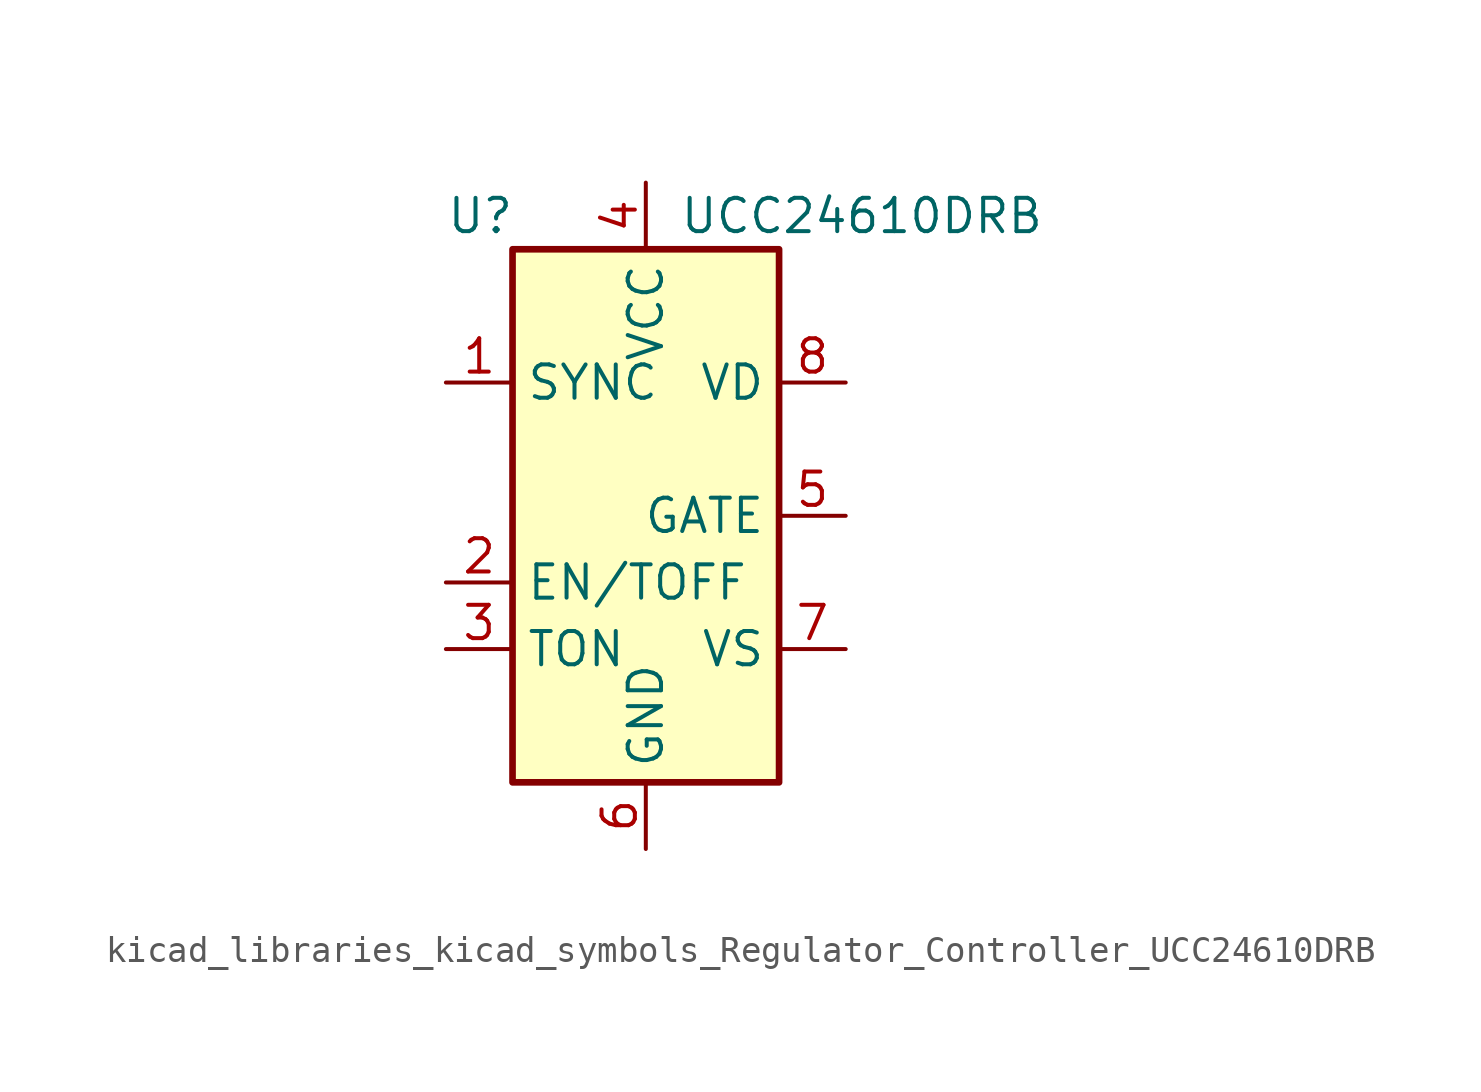
<source format=kicad_sym>
(kicad_symbol_lib
  (version 20220914)
  (generator kicad_symbol_editor)
  (symbol "kicad_libraries_kicad_symbols_Regulator_Controller_UCC24610DRB"
    (property "Reference" "U"
      (at -7.62 11.43 0)
      (effects (font (size 1.27 1.27)) (justify left)))
    (property "Value" "UCC24610DRB"
      (at 1.27 11.43 0)
      (effects (font (size 1.27 1.27)) (justify left)))
    (symbol "kicad_libraries_kicad_symbols_Regulator_Controller_UCC24610DRB_0_1"
      (rectangle (start -5.08 -10.16) (end 5.08 10.16) (stroke (width 0.254) (type default)) (fill (type background))))
    (symbol "kicad_libraries_kicad_symbols_Regulator_Controller_UCC24610DRB_1_1"
      (pin input line (at -7.62 5.08 0) (length 2.54) (name "SYNC" (effects (font (size 1.27 1.27)))) (number "1" (effects (font (size 1.27 1.27)))))
      (pin input line (at -7.62 -2.54 0) (length 2.54) (name "EN/TOFF" (effects (font (size 1.27 1.27)))) (number "2" (effects (font (size 1.27 1.27)))))
      (pin input line (at -7.62 -5.08 0) (length 2.54) (name "TON" (effects (font (size 1.27 1.27)))) (number "3" (effects (font (size 1.27 1.27)))))
      (pin power_in line (at 0 12.7 270) (length 2.54) (name "VCC" (effects (font (size 1.27 1.27)))) (number "4" (effects (font (size 1.27 1.27)))))
      (pin output line (at 7.62 0 180) (length 2.54) (name "GATE" (effects (font (size 1.27 1.27)))) (number "5" (effects (font (size 1.27 1.27)))))
      (pin power_in line (at 0 -12.7 90) (length 2.54) (name "GND" (effects (font (size 1.27 1.27)))) (number "6" (effects (font (size 1.27 1.27)))))
      (pin input line (at 7.62 -5.08 180) (length 2.54) (name "VS" (effects (font (size 1.27 1.27)))) (number "7" (effects (font (size 1.27 1.27)))))
      (pin input line (at 7.62 5.08 180) (length 2.54) (name "VD" (effects (font (size 1.27 1.27)))) (number "8" (effects (font (size 1.27 1.27))))))))
</source>
